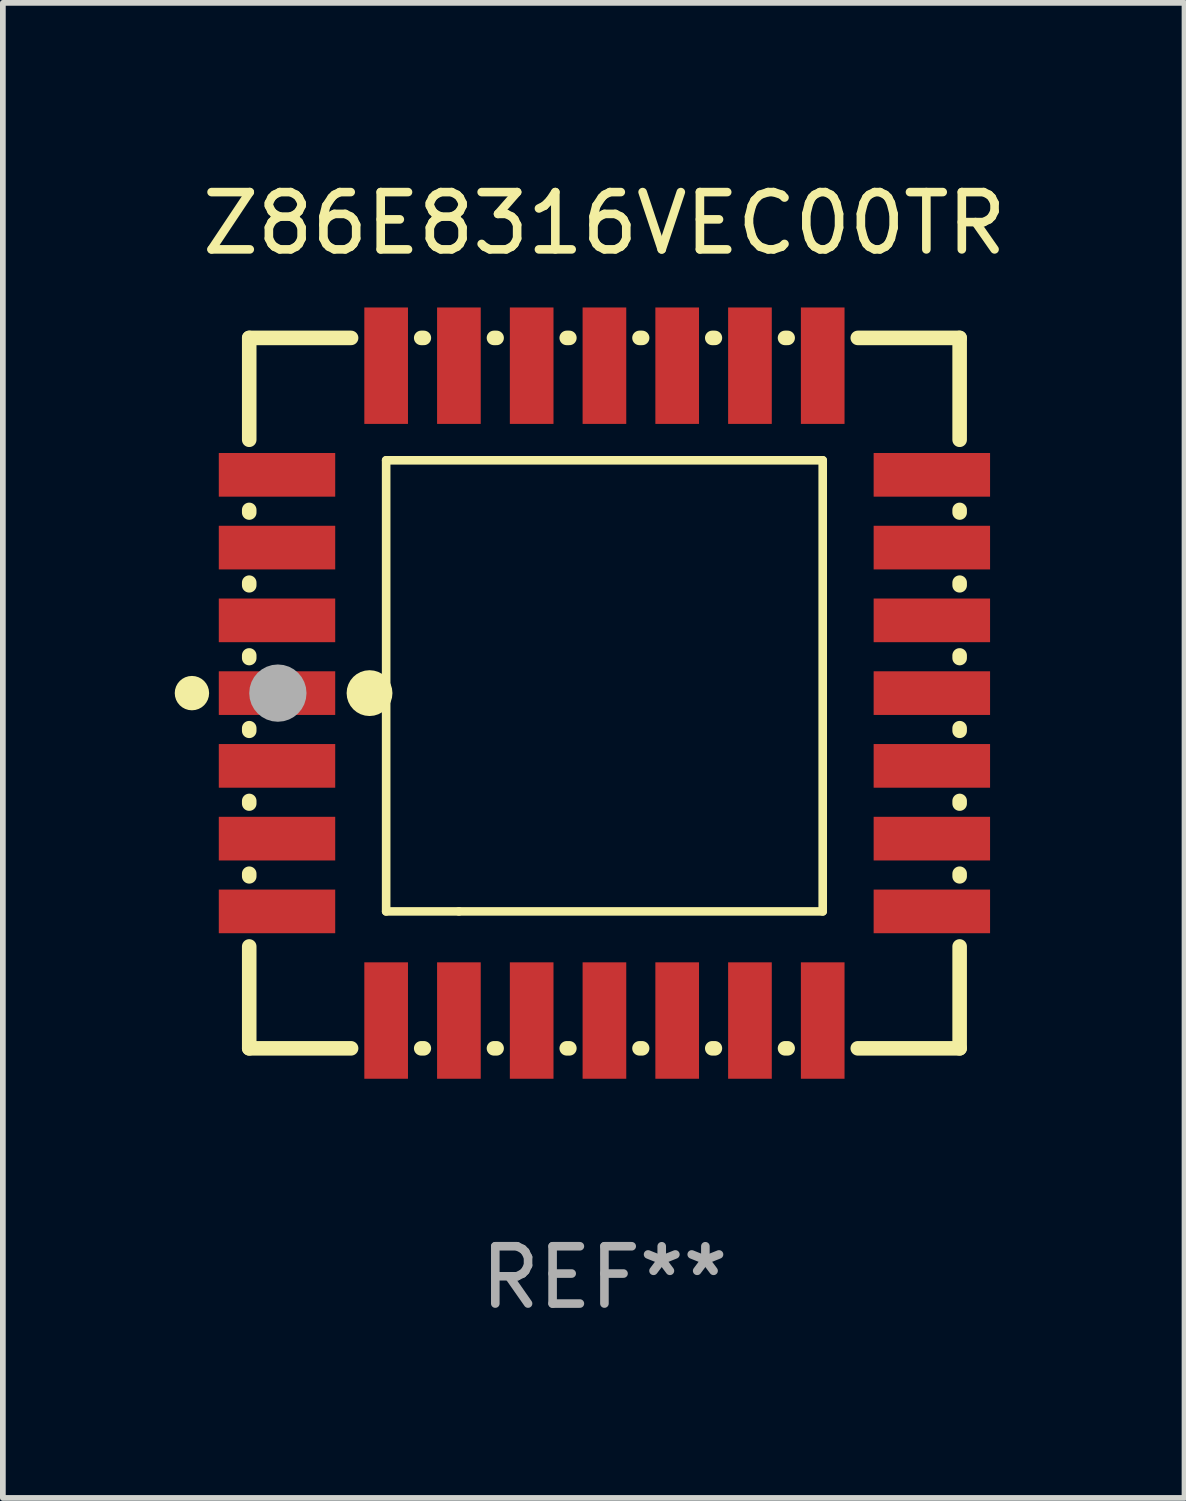
<source format=kicad_pcb>
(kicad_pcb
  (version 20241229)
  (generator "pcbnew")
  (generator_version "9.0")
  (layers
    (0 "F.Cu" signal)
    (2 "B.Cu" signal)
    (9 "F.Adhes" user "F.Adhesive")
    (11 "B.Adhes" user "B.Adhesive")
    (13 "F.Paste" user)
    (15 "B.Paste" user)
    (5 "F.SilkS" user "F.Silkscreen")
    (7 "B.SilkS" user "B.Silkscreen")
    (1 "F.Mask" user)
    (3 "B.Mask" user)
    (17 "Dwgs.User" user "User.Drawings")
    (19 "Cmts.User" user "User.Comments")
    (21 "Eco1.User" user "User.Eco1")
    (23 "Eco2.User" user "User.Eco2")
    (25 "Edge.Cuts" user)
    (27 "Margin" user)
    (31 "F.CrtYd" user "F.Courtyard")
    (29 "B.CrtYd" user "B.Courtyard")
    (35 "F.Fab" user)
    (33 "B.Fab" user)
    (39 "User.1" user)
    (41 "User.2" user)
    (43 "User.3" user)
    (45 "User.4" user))
  (footprint "Z86E8316VEC00TR"
    (layer "F.Cu")
    (at 7.5 9.048)
    (property "Reference" "Z86E8316VEC00TR" (at 0 -8.2 0) (layer "F.SilkS") (effects (font (size 1 1) (thickness 0.15))))
    (attr through_hole)
    (fp_line (start -6.2 -6.2) (end -4.422 -6.2) (stroke (width 0.254) (type solid)) (layer "F.SilkS"))
    (fp_line (start -6.2 -4.422) (end -6.2 -6.2) (stroke (width 0.254) (type solid)) (layer "F.SilkS"))
    (fp_line (start -6.2 -3.152) (end -6.2 -3.198) (stroke (width 0.254) (type solid)) (layer "F.SilkS"))
    (fp_line (start -6.2 -1.882) (end -6.2 -1.928) (stroke (width 0.254) (type solid)) (layer "F.SilkS"))
    (fp_line (start -6.2 -0.612) (end -6.2 -0.658) (stroke (width 0.254) (type solid)) (layer "F.SilkS"))
    (fp_line (start -6.2 0.658) (end -6.2 0.612) (stroke (width 0.254) (type solid)) (layer "F.SilkS"))
    (fp_line (start -6.2 1.928) (end -6.2 1.882) (stroke (width 0.254) (type solid)) (layer "F.SilkS"))
    (fp_line (start -6.2 3.198) (end -6.2 3.152) (stroke (width 0.254) (type solid)) (layer "F.SilkS"))
    (fp_line (start -6.2 6.2) (end -6.2 4.422) (stroke (width 0.254) (type solid)) (layer "F.SilkS"))
    (fp_line (start -4.422 6.2) (end -6.2 6.2) (stroke (width 0.254) (type solid)) (layer "F.SilkS"))
    (fp_line (start -3.81 -4.064) (end 3.81 -4.064) (stroke (width 0.15) (type solid)) (layer "F.SilkS"))
    (fp_line (start -3.81 3.81) (end -3.81 -4.064) (stroke (width 0.15) (type solid)) (layer "F.SilkS"))
    (fp_line (start -3.198 -6.2) (end -3.152 -6.2) (stroke (width 0.254) (type solid)) (layer "F.SilkS"))
    (fp_line (start -3.152 6.2) (end -3.198 6.2) (stroke (width 0.254) (type solid)) (layer "F.SilkS"))
    (fp_line (start -2.54 3.81) (end -3.81 3.81) (stroke (width 0.15) (type solid)) (layer "F.SilkS"))
    (fp_line (start -1.928 -6.2) (end -1.882 -6.2) (stroke (width 0.254) (type solid)) (layer "F.SilkS"))
    (fp_line (start -1.882 6.2) (end -1.928 6.2) (stroke (width 0.254) (type solid)) (layer "F.SilkS"))
    (fp_line (start -0.658 -6.2) (end -0.612 -6.2) (stroke (width 0.254) (type solid)) (layer "F.SilkS"))
    (fp_line (start -0.612 6.2) (end -0.658 6.2) (stroke (width 0.254) (type solid)) (layer "F.SilkS"))
    (fp_line (start 0.612 -6.2) (end 0.658 -6.2) (stroke (width 0.254) (type solid)) (layer "F.SilkS"))
    (fp_line (start 0.658 6.2) (end 0.612 6.2) (stroke (width 0.254) (type solid)) (layer "F.SilkS"))
    (fp_line (start 1.882 -6.2) (end 1.928 -6.2) (stroke (width 0.254) (type solid)) (layer "F.SilkS"))
    (fp_line (start 1.928 6.2) (end 1.882 6.2) (stroke (width 0.254) (type solid)) (layer "F.SilkS"))
    (fp_line (start 3.152 -6.2) (end 3.198 -6.2) (stroke (width 0.254) (type solid)) (layer "F.SilkS"))
    (fp_line (start 3.198 6.2) (end 3.152 6.2) (stroke (width 0.254) (type solid)) (layer "F.SilkS"))
    (fp_line (start 3.81 -4.064) (end 3.81 3.81) (stroke (width 0.15) (type solid)) (layer "F.SilkS"))
    (fp_line (start 3.81 3.81) (end -2.54 3.81) (stroke (width 0.15) (type solid)) (layer "F.SilkS"))
    (fp_line (start 4.422 -6.2) (end 6.2 -6.2) (stroke (width 0.254) (type solid)) (layer "F.SilkS"))
    (fp_line (start 6.2 -6.2) (end 6.2 -4.422) (stroke (width 0.254) (type solid)) (layer "F.SilkS"))
    (fp_line (start 6.2 -3.198) (end 6.2 -3.152) (stroke (width 0.254) (type solid)) (layer "F.SilkS"))
    (fp_line (start 6.2 -1.928) (end 6.2 -1.882) (stroke (width 0.254) (type solid)) (layer "F.SilkS"))
    (fp_line (start 6.2 -0.658) (end 6.2 -0.612) (stroke (width 0.254) (type solid)) (layer "F.SilkS"))
    (fp_line (start 6.2 0.612) (end 6.2 0.658) (stroke (width 0.254) (type solid)) (layer "F.SilkS"))
    (fp_line (start 6.2 1.882) (end 6.2 1.928) (stroke (width 0.254) (type solid)) (layer "F.SilkS"))
    (fp_line (start 6.2 3.152) (end 6.2 3.198) (stroke (width 0.254) (type solid)) (layer "F.SilkS"))
    (fp_line (start 6.2 4.422) (end 6.2 6.2) (stroke (width 0.254) (type solid)) (layer "F.SilkS"))
    (fp_line (start 6.2 6.2) (end 4.422 6.2) (stroke (width 0.254) (type solid)) (layer "F.SilkS"))
    (fp_circle (center -7.2 0) (end -7.05 0) (stroke (width 0.3) (type solid)) (fill no) (layer "F.SilkS"))
    (fp_circle (center -6.223 6.223) (end -6.193 6.223) (stroke (width 0.06) (type solid)) (fill no) (layer "F.SilkS"))
    (fp_circle (center -4.1 0) (end -3.9 0) (stroke (width 0.4) (type solid)) (fill no) (layer "F.SilkS"))
    (fp_circle (center -5.7 0) (end -5.45 0) (stroke (width 0.5) (type solid)) (fill no) (layer "F.Fab"))
    (fp_text user "REF**" (at 0 10.2 0) (layer "F.Fab") (effects (font (size 1 1) (thickness 0.15))))
    (pad "1" smd rect (at -5.715 0) (size 2.032 0.762) (layers "F.Cu" "F.Mask" "F.Paste"))
    (pad "2" smd rect (at -5.715 1.27) (size 2.032 0.762) (layers "F.Cu" "F.Mask" "F.Paste"))
    (pad "3" smd rect (at -5.715 2.54) (size 2.032 0.762) (layers "F.Cu" "F.Mask" "F.Paste"))
    (pad "4" smd rect (at -5.715 3.81) (size 2.032 0.762) (layers "F.Cu" "F.Mask" "F.Paste"))
    (pad "5" smd rect (at -3.81 5.715) (size 0.762 2.032) (layers "F.Cu" "F.Mask" "F.Paste"))
    (pad "6" smd rect (at -2.54 5.715) (size 0.762 2.032) (layers "F.Cu" "F.Mask" "F.Paste"))
    (pad "7" smd rect (at -1.27 5.715) (size 0.762 2.032) (layers "F.Cu" "F.Mask" "F.Paste"))
    (pad "8" smd rect (at 0 5.715) (size 0.762 2.032) (layers "F.Cu" "F.Mask" "F.Paste"))
    (pad "9" smd rect (at 1.27 5.715) (size 0.762 2.032) (layers "F.Cu" "F.Mask" "F.Paste"))
    (pad "10" smd rect (at 2.54 5.715) (size 0.762 2.032) (layers "F.Cu" "F.Mask" "F.Paste"))
    (pad "11" smd rect (at 3.81 5.715) (size 0.762 2.032) (layers "F.Cu" "F.Mask" "F.Paste"))
    (pad "12" smd rect (at 5.715 3.81) (size 2.032 0.762) (layers "F.Cu" "F.Mask" "F.Paste"))
    (pad "13" smd rect (at 5.715 2.54) (size 2.032 0.762) (layers "F.Cu" "F.Mask" "F.Paste"))
    (pad "14" smd rect (at 5.715 1.27) (size 2.032 0.762) (layers "F.Cu" "F.Mask" "F.Paste"))
    (pad "15" smd rect (at 5.715 0) (size 2.032 0.762) (layers "F.Cu" "F.Mask" "F.Paste"))
    (pad "16" smd rect (at 5.715 -1.27) (size 2.032 0.762) (layers "F.Cu" "F.Mask" "F.Paste"))
    (pad "17" smd rect (at 5.715 -2.54) (size 2.032 0.762) (layers "F.Cu" "F.Mask" "F.Paste"))
    (pad "18" smd rect (at 5.715 -3.81) (size 2.032 0.762) (layers "F.Cu" "F.Mask" "F.Paste"))
    (pad "19" smd rect (at 3.81 -5.715) (size 0.762 2.032) (layers "F.Cu" "F.Mask" "F.Paste"))
    (pad "20" smd rect (at 2.54 -5.715) (size 0.762 2.032) (layers "F.Cu" "F.Mask" "F.Paste"))
    (pad "21" smd rect (at 1.27 -5.715) (size 0.762 2.032) (layers "F.Cu" "F.Mask" "F.Paste"))
    (pad "22" smd rect (at 0 -5.715) (size 0.762 2.032) (layers "F.Cu" "F.Mask" "F.Paste"))
    (pad "23" smd rect (at -1.27 -5.715) (size 0.762 2.032) (layers "F.Cu" "F.Mask" "F.Paste"))
    (pad "24" smd rect (at -2.54 -5.715) (size 0.762 2.032) (layers "F.Cu" "F.Mask" "F.Paste"))
    (pad "25" smd rect (at -3.81 -5.715) (size 0.762 2.032) (layers "F.Cu" "F.Mask" "F.Paste"))
    (pad "26" smd rect (at -5.715 -3.81) (size 2.032 0.762) (layers "F.Cu" "F.Mask" "F.Paste"))
    (pad "27" smd rect (at -5.715 -2.54) (size 2.032 0.762) (layers "F.Cu" "F.Mask" "F.Paste"))
    (pad "28" smd rect (at -5.715 -1.27) (size 2.032 0.762) (layers "F.Cu" "F.Mask" "F.Paste")))
  (gr_rect
    (start -3 -3)
    (end 17.625 23.096)
    (stroke (width 0.1) (type default))
    (fill no)
    (layer "Edge.Cuts")))
</source>
